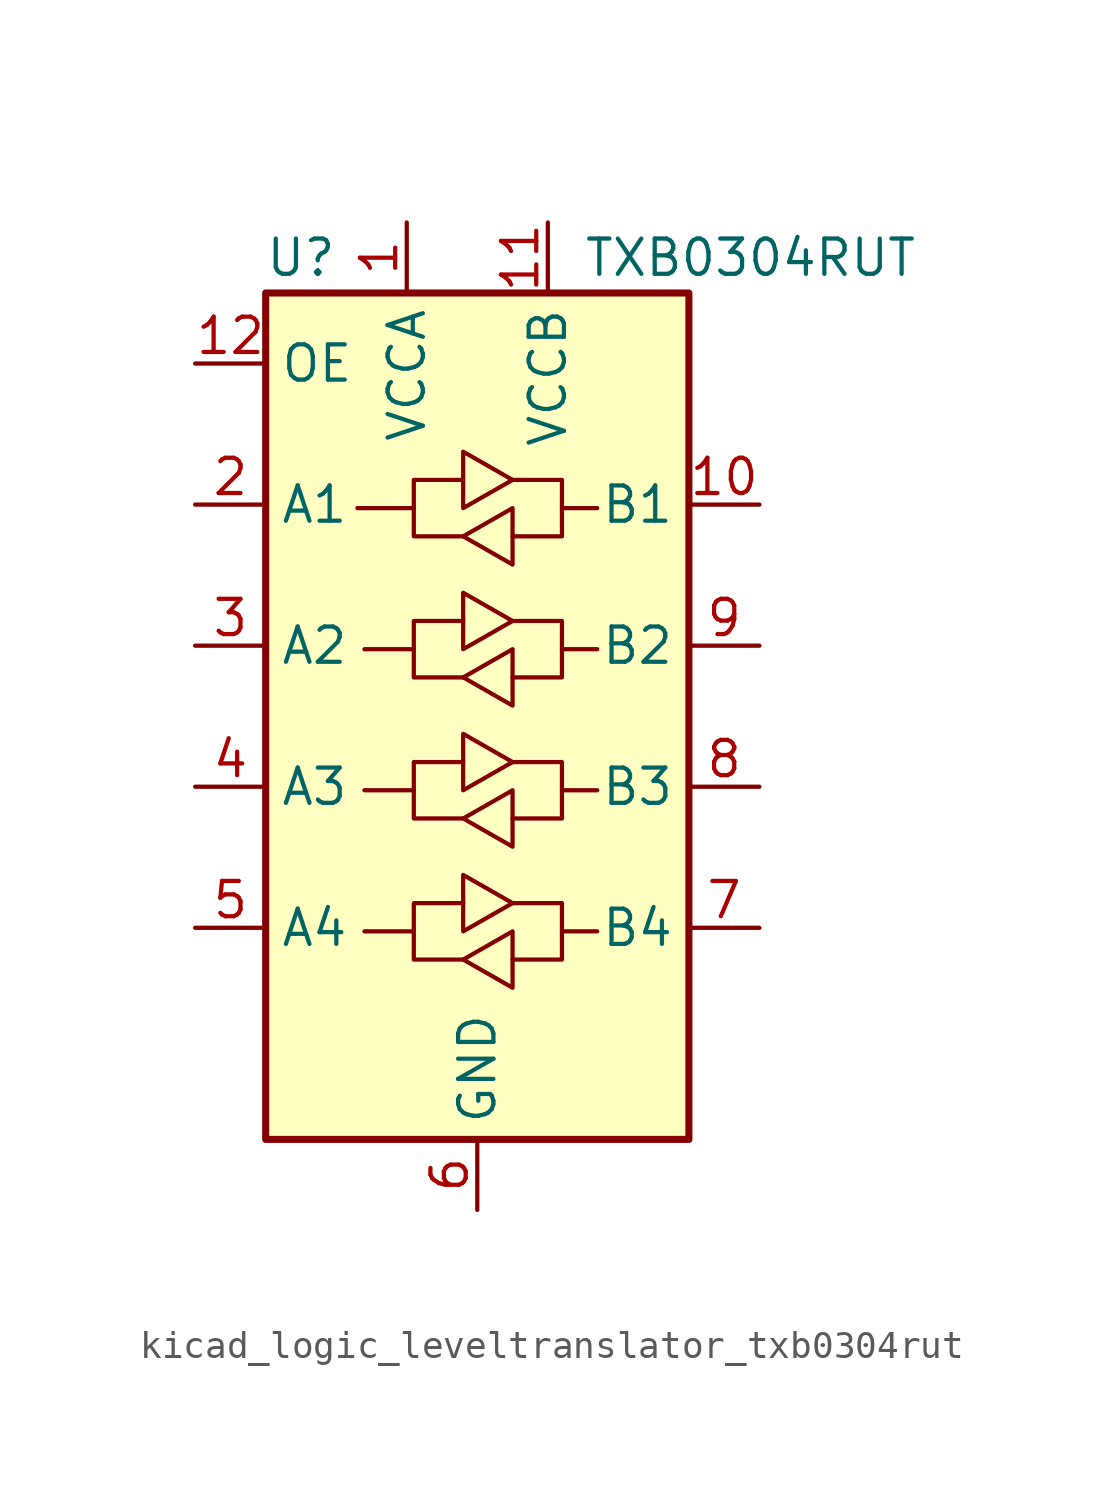
<source format=kicad_sym>
(kicad_symbol_lib
  (version 20220914)
  (generator kicad_symbol_editor)
  (symbol "kicad_logic_leveltranslator_txb0304rut"
    (property "Reference" "U"
      (at -6.35 16.51 0)
      (effects (font (size 1.27 1.27))))
    (property "Value" "TXB0304RUT"
      (at 3.81 16.51 0)
      (effects (font (size 1.27 1.27)) (justify left)))
    (symbol "kicad_logic_leveltranslator_txb0304rut_0_1"
      (rectangle (start -7.62 15.24) (end 7.62 -15.24) (stroke (width 0.254) (type default)) (fill (type background)))
      (polyline (pts (xy -2.286 -7.747) (xy -2.286 -6.731) (xy -0.508 -6.731)) (stroke (width 0) (type default)) (fill (type none)))
      (polyline (pts (xy -2.286 -2.667) (xy -2.286 -1.651) (xy -0.508 -1.651)) (stroke (width 0) (type default)) (fill (type none)))
      (polyline (pts (xy -2.286 2.413) (xy -2.286 3.429) (xy -0.508 3.429)) (stroke (width 0) (type default)) (fill (type none)))
      (polyline (pts (xy -2.286 7.493) (xy -2.286 8.509) (xy -0.508 8.509)) (stroke (width 0) (type default)) (fill (type none)))
      (polyline (pts (xy 3.048 -7.747) (xy 3.048 -8.763) (xy 1.27 -8.763)) (stroke (width 0) (type default)) (fill (type none)))
      (polyline (pts (xy 3.048 -2.667) (xy 3.048 -3.683) (xy 1.27 -3.683)) (stroke (width 0) (type default)) (fill (type none)))
      (polyline (pts (xy 3.048 2.413) (xy 3.048 1.397) (xy 1.27 1.397)) (stroke (width 0) (type default)) (fill (type none)))
      (polyline (pts (xy 3.048 7.493) (xy 3.048 6.477) (xy 1.27 6.477)) (stroke (width 0) (type default)) (fill (type none)))
      (polyline (pts (xy -0.508 -8.763) (xy -2.286 -8.763) (xy -2.286 -7.747) (xy -4.064 -7.747)) (stroke (width 0) (type default)) (fill (type none)))
      (polyline (pts (xy -0.508 -8.763) (xy 1.27 -7.747) (xy 1.27 -9.779) (xy -0.508 -8.763)) (stroke (width 0) (type default)) (fill (type none)))
      (polyline (pts (xy -0.508 -3.683) (xy -2.286 -3.683) (xy -2.286 -2.667) (xy -4.064 -2.667)) (stroke (width 0) (type default)) (fill (type none)))
      (polyline (pts (xy -0.508 -3.683) (xy 1.27 -2.667) (xy 1.27 -4.699) (xy -0.508 -3.683)) (stroke (width 0) (type default)) (fill (type none)))
      (polyline (pts (xy -0.508 1.397) (xy -2.286 1.397) (xy -2.286 2.413) (xy -4.064 2.413)) (stroke (width 0) (type default)) (fill (type none)))
      (polyline (pts (xy -0.508 1.397) (xy 1.27 2.413) (xy 1.27 0.381) (xy -0.508 1.397)) (stroke (width 0) (type default)) (fill (type none)))
      (polyline (pts (xy -0.508 6.477) (xy -2.286 6.477) (xy -2.286 7.493) (xy -4.318 7.493)) (stroke (width 0) (type default)) (fill (type none)))
      (polyline (pts (xy -0.508 6.477) (xy 1.27 7.493) (xy 1.27 5.461) (xy -0.508 6.477)) (stroke (width 0) (type default)) (fill (type none)))
      (polyline (pts (xy 1.27 -6.731) (xy -0.508 -7.747) (xy -0.508 -5.715) (xy 1.27 -6.731)) (stroke (width 0) (type default)) (fill (type none)))
      (polyline (pts (xy 1.27 -6.731) (xy 3.048 -6.731) (xy 3.048 -7.747) (xy 4.318 -7.747)) (stroke (width 0) (type default)) (fill (type none)))
      (polyline (pts (xy 1.27 -1.651) (xy -0.508 -2.667) (xy -0.508 -0.635) (xy 1.27 -1.651)) (stroke (width 0) (type default)) (fill (type none)))
      (polyline (pts (xy 1.27 -1.651) (xy 3.048 -1.651) (xy 3.048 -2.667) (xy 4.318 -2.667)) (stroke (width 0) (type default)) (fill (type none)))
      (polyline (pts (xy 1.27 3.429) (xy -0.508 2.413) (xy -0.508 4.445) (xy 1.27 3.429)) (stroke (width 0) (type default)) (fill (type none)))
      (polyline (pts (xy 1.27 3.429) (xy 3.048 3.429) (xy 3.048 2.413) (xy 4.318 2.413)) (stroke (width 0) (type default)) (fill (type none)))
      (polyline (pts (xy 1.27 8.509) (xy -0.508 7.493) (xy -0.508 9.525) (xy 1.27 8.509)) (stroke (width 0) (type default)) (fill (type none)))
      (polyline (pts (xy 1.27 8.509) (xy 3.048 8.509) (xy 3.048 7.493) (xy 4.318 7.493)) (stroke (width 0) (type default)) (fill (type none))))
    (symbol "kicad_logic_leveltranslator_txb0304rut_1_1"
      (pin power_in line (at -2.54 17.78 270) (length 2.54) (name "VCCA" (effects (font (size 1.27 1.27)))) (number "1" (effects (font (size 1.27 1.27)))))
      (pin tri_state line (at 10.16 7.62 180) (length 2.54) (name "B1" (effects (font (size 1.27 1.27)))) (number "10" (effects (font (size 1.27 1.27)))))
      (pin power_in line (at 2.54 17.78 270) (length 2.54) (name "VCCB" (effects (font (size 1.27 1.27)))) (number "11" (effects (font (size 1.27 1.27)))))
      (pin input line (at -10.16 12.7 0) (length 2.54) (name "OE" (effects (font (size 1.27 1.27)))) (number "12" (effects (font (size 1.27 1.27)))))
      (pin tri_state line (at -10.16 7.62 0) (length 2.54) (name "A1" (effects (font (size 1.27 1.27)))) (number "2" (effects (font (size 1.27 1.27)))))
      (pin tri_state line (at -10.16 2.54 0) (length 2.54) (name "A2" (effects (font (size 1.27 1.27)))) (number "3" (effects (font (size 1.27 1.27)))))
      (pin tri_state line (at -10.16 -2.54 0) (length 2.54) (name "A3" (effects (font (size 1.27 1.27)))) (number "4" (effects (font (size 1.27 1.27)))))
      (pin tri_state line (at -10.16 -7.62 0) (length 2.54) (name "A4" (effects (font (size 1.27 1.27)))) (number "5" (effects (font (size 1.27 1.27)))))
      (pin power_in line (at 0 -17.78 90) (length 2.54) (name "GND" (effects (font (size 1.27 1.27)))) (number "6" (effects (font (size 1.27 1.27)))))
      (pin tri_state line (at 10.16 -7.62 180) (length 2.54) (name "B4" (effects (font (size 1.27 1.27)))) (number "7" (effects (font (size 1.27 1.27)))))
      (pin tri_state line (at 10.16 -2.54 180) (length 2.54) (name "B3" (effects (font (size 1.27 1.27)))) (number "8" (effects (font (size 1.27 1.27)))))
      (pin tri_state line (at 10.16 2.54 180) (length 2.54) (name "B2" (effects (font (size 1.27 1.27)))) (number "9" (effects (font (size 1.27 1.27))))))))
</source>
